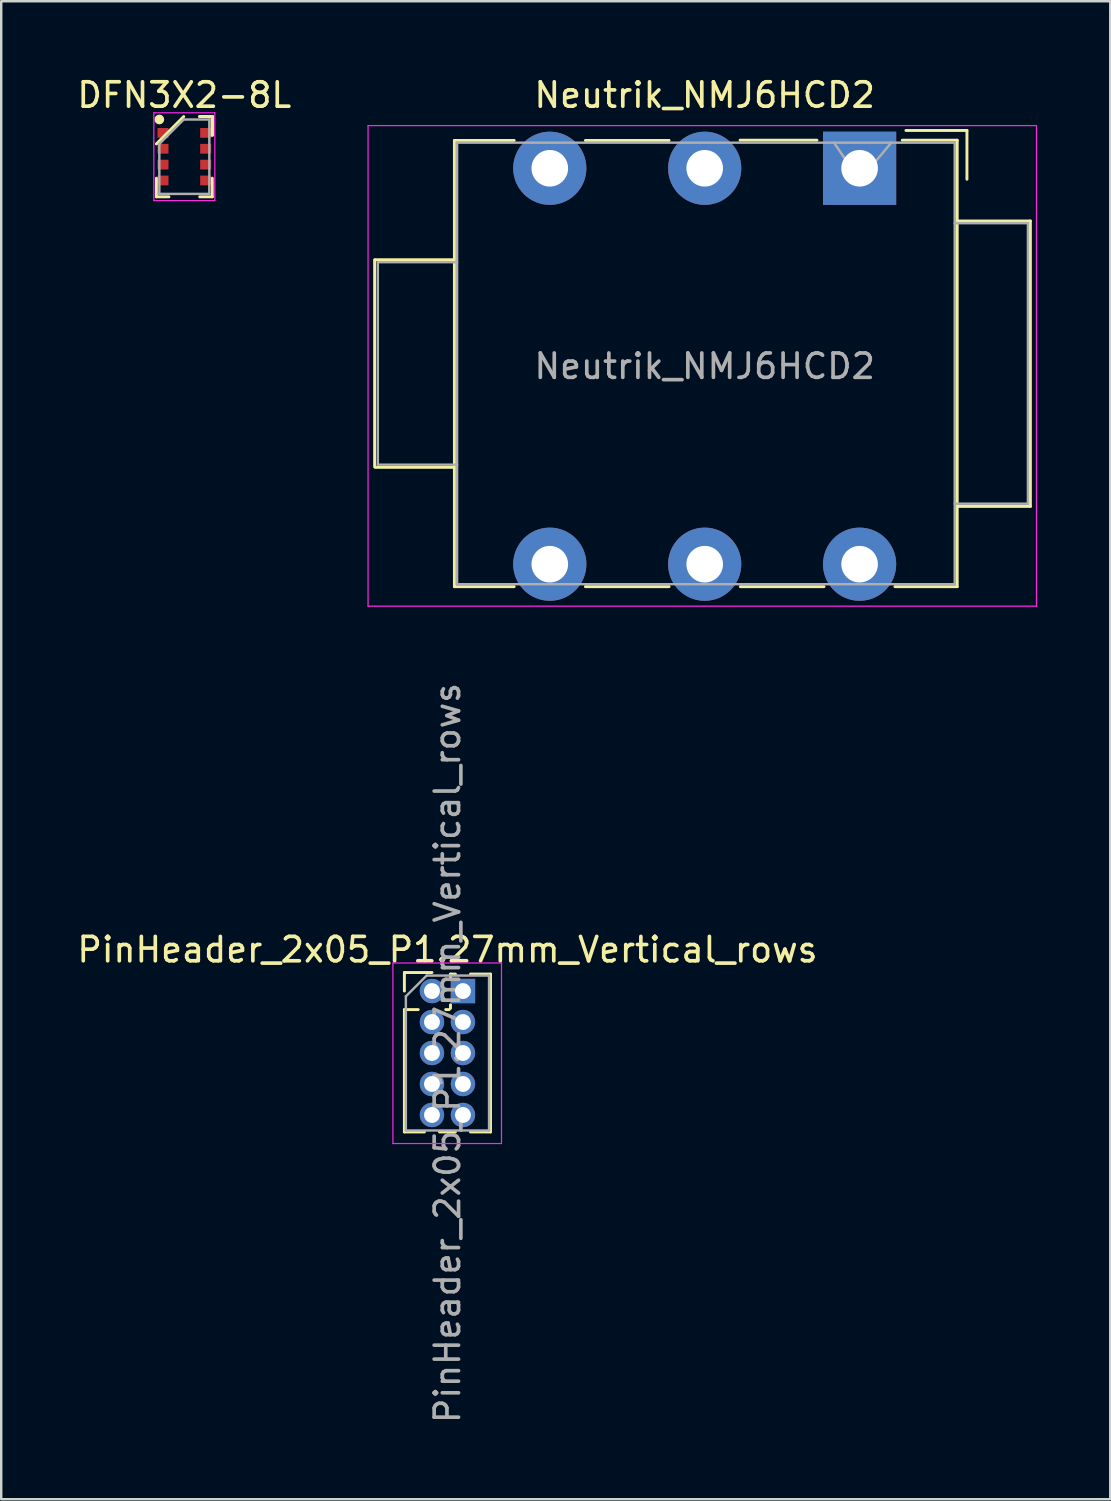
<source format=kicad_pcb>
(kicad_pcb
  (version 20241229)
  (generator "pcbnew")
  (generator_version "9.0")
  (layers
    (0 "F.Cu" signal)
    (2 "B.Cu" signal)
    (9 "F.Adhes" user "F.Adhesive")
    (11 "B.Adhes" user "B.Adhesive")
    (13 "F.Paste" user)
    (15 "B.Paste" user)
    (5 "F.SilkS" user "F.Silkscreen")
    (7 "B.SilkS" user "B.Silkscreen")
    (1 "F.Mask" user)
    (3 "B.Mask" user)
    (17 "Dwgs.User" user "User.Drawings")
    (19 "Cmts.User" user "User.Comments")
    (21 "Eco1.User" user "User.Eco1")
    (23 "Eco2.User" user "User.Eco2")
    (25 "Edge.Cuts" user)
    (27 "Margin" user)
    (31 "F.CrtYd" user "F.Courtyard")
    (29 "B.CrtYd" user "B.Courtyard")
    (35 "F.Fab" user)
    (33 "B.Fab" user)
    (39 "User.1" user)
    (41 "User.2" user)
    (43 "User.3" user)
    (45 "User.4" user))
  (footprint "PinHeader_2x05_P1.27mm_Vertical_rows"
    (layer "F.Cu")
    (at 14.657 37.575)
    (property "Reference" "PinHeader_2x05_P1.27mm_Vertical_rows" (at 0.635 -1.695 0) (layer "F.SilkS") (effects (font (size 1 1) (thickness 0.15))))
    (attr through_hole)
    (fp_line (start -1.13 -0.76) (end 0 -0.76) (stroke (width 0.12) (type solid)) (layer "F.SilkS"))
    (fp_line (start -1.13 0) (end -1.13 -0.76) (stroke (width 0.12) (type solid)) (layer "F.SilkS"))
    (fp_line (start -1.13 0.76) (end -1.13 5.775) (stroke (width 0.12) (type solid)) (layer "F.SilkS"))
    (fp_line (start -1.13 0.76) (end -0.563 0.76) (stroke (width 0.12) (type solid)) (layer "F.SilkS"))
    (fp_line (start -1.13 5.775) (end -0.308 5.775) (stroke (width 0.12) (type solid)) (layer "F.SilkS"))
    (fp_line (start 0.308 5.775) (end 0.962 5.775) (stroke (width 0.12) (type solid)) (layer "F.SilkS"))
    (fp_line (start 0.563 0.76) (end 0.707 0.76) (stroke (width 0.12) (type solid)) (layer "F.SilkS"))
    (fp_line (start 0.76 -0.695) (end 0.962 -0.695) (stroke (width 0.12) (type solid)) (layer "F.SilkS"))
    (fp_line (start 0.76 -0.563) (end 0.76 -0.695) (stroke (width 0.12) (type solid)) (layer "F.SilkS"))
    (fp_line (start 0.76 0.707) (end 0.76 0.563) (stroke (width 0.12) (type solid)) (layer "F.SilkS"))
    (fp_line (start 1.578 -0.695) (end 2.4 -0.695) (stroke (width 0.12) (type solid)) (layer "F.SilkS"))
    (fp_line (start 1.578 5.775) (end 2.4 5.775) (stroke (width 0.12) (type solid)) (layer "F.SilkS"))
    (fp_line (start 2.4 -0.695) (end 2.4 5.775) (stroke (width 0.12) (type solid)) (layer "F.SilkS"))
    (fp_line (start -1.6 -1.15) (end -1.6 6.25) (stroke (width 0.05) (type solid)) (layer "F.CrtYd"))
    (fp_line (start -1.6 6.25) (end 2.85 6.25) (stroke (width 0.05) (type solid)) (layer "F.CrtYd"))
    (fp_line (start 2.85 -1.15) (end -1.6 -1.15) (stroke (width 0.05) (type solid)) (layer "F.CrtYd"))
    (fp_line (start 2.85 6.25) (end 2.85 -1.15) (stroke (width 0.05) (type solid)) (layer "F.CrtYd"))
    (fp_line (start -1.07 0.217) (end -0.217 -0.635) (stroke (width 0.1) (type solid)) (layer "F.Fab"))
    (fp_line (start -1.07 5.715) (end -1.07 0.217) (stroke (width 0.1) (type solid)) (layer "F.Fab"))
    (fp_line (start -0.217 -0.635) (end 2.34 -0.635) (stroke (width 0.1) (type solid)) (layer "F.Fab"))
    (fp_line (start 2.34 -0.635) (end 2.34 5.715) (stroke (width 0.1) (type solid)) (layer "F.Fab"))
    (fp_line (start 2.34 5.715) (end -1.07 5.715) (stroke (width 0.1) (type solid)) (layer "F.Fab"))
    (fp_text user "${REFERENCE}" (at 0.635 2.54 90) (layer "F.Fab") (effects (font (size 1 1) (thickness 0.15))))
    (pad "1" thru_hole rect (at 1.27 0) (size 1 1) (drill 0.65) (layers "*.Cu" "*.Mask"))
    (pad "2" thru_hole oval (at 1.27 1.27) (size 1 1) (drill 0.65) (layers "*.Cu" "*.Mask"))
    (pad "3" thru_hole oval (at 1.27 2.54) (size 1 1) (drill 0.65) (layers "*.Cu" "*.Mask"))
    (pad "4" thru_hole oval (at 1.27 3.81) (size 1 1) (drill 0.65) (layers "*.Cu" "*.Mask"))
    (pad "5" thru_hole oval (at 1.27 5.08) (size 1 1) (drill 0.65) (layers "*.Cu" "*.Mask"))
    (pad "6" thru_hole circle (at 0 0) (size 1 1) (drill 0.65) (layers "*.Cu" "*.Mask"))
    (pad "7" thru_hole oval (at 0 1.27) (size 1 1) (drill 0.65) (layers "*.Cu" "*.Mask"))
    (pad "8" thru_hole oval (at 0 2.54) (size 1 1) (drill 0.65) (layers "*.Cu" "*.Mask"))
    (pad "9" thru_hole oval (at 0 3.81) (size 1 1) (drill 0.65) (layers "*.Cu" "*.Mask"))
    (pad "10" thru_hole oval (at 0 5.08) (size 1 1) (drill 0.65) (layers "*.Cu" "*.Mask")))
  (footprint "DFN3X2-8L"
    (layer "F.Cu")
    (at 4.506 3.373)
    (property "Reference" "DFN3X2-8L" (at 0 -2.525 0) (layer "F.SilkS") (effects (font (size 1 1) (thickness 0.15))))
    (attr smd)
    (fp_line (start -1.145 1.645) (end -1.145 0.882) (stroke (width 0.12) (type solid)) (layer "F.SilkS"))
    (fp_line (start -0.632 1.645) (end -1.145 1.645) (stroke (width 0.12) (type solid)) (layer "F.SilkS"))
    (fp_line (start -0.025 -1.645) (end -1.145 -0.525) (stroke (width 0.12) (type solid)) (layer "F.SilkS"))
    (fp_line (start 0.632 -1.645) (end 1.145 -1.645) (stroke (width 0.12) (type solid)) (layer "F.SilkS"))
    (fp_line (start 0.632 -1.645) (end 1.145 -1.645) (stroke (width 0.12) (type solid)) (layer "F.SilkS"))
    (fp_line (start 0.632 -1.645) (end 1.145 -1.645) (stroke (width 0.12) (type solid)) (layer "F.SilkS"))
    (fp_line (start 0.632 1.645) (end 1.145 1.645) (stroke (width 0.12) (type solid)) (layer "F.SilkS"))
    (fp_line (start 1.145 -1.645) (end 1.145 -0.882) (stroke (width 0.12) (type solid)) (layer "F.SilkS"))
    (fp_line (start 1.145 -1.645) (end 1.145 -0.882) (stroke (width 0.12) (type solid)) (layer "F.SilkS"))
    (fp_line (start 1.145 -1.645) (end 1.145 -0.882) (stroke (width 0.12) (type solid)) (layer "F.SilkS"))
    (fp_line (start 1.145 1.645) (end 1.145 0.882) (stroke (width 0.12) (type solid)) (layer "F.SilkS"))
    (fp_circle (center -1.025 -1.525) (end -1.025 -1.425) (stroke (width 0.2) (type solid)) (fill no) (layer "F.SilkS"))
    (fp_line (start -1.25 -1.8) (end 1.25 -1.8) (stroke (width 0.05) (type solid)) (layer "F.CrtYd"))
    (fp_line (start -1.25 1.8) (end -1.25 -1.8) (stroke (width 0.05) (type solid)) (layer "F.CrtYd"))
    (fp_line (start 1.25 -1.8) (end 1.25 1.8) (stroke (width 0.05) (type solid)) (layer "F.CrtYd"))
    (fp_line (start 1.25 1.8) (end -1.25 1.8) (stroke (width 0.05) (type solid)) (layer "F.CrtYd"))
    (fp_line (start -1.025 -0.525) (end -1.025 1.525) (stroke (width 0.1) (type solid)) (layer "F.Fab"))
    (fp_line (start -1.025 1.525) (end 1.025 1.525) (stroke (width 0.1) (type solid)) (layer "F.Fab"))
    (fp_line (start -0.025 -1.525) (end -1.025 -0.525) (stroke (width 0.1) (type solid)) (layer "F.Fab"))
    (fp_line (start 1.025 -1.525) (end -0.025 -1.525) (stroke (width 0.1) (type solid)) (layer "F.Fab"))
    (fp_line (start 1.025 1.525) (end 1.025 -1.525) (stroke (width 0.1) (type solid)) (layer "F.Fab"))
    (pad "1" smd rect (at -0.875 -0.975) (size 0.45 0.4) (layers "F.Cu" "F.Mask" "F.Paste"))
    (pad "2" smd rect (at -0.875 -0.325) (size 0.45 0.4) (layers "F.Cu" "F.Mask" "F.Paste"))
    (pad "3" smd rect (at -0.875 0.325) (size 0.45 0.4) (layers "F.Cu" "F.Mask" "F.Paste"))
    (pad "4" smd rect (at -0.875 0.975) (size 0.45 0.4) (layers "F.Cu" "F.Mask" "F.Paste"))
    (pad "5" smd rect (at 0.875 0.975) (size 0.45 0.4) (layers "F.Cu" "F.Mask" "F.Paste"))
    (pad "6" smd rect (at 0.875 0.325) (size 0.45 0.4) (layers "F.Cu" "F.Mask" "F.Paste"))
    (pad "7" smd rect (at 0.875 -0.325) (size 0.45 0.4) (layers "F.Cu" "F.Mask" "F.Paste"))
    (pad "8" smd rect (at 0.875 -0.975) (size 0.45 0.4) (layers "F.Cu" "F.Mask" "F.Paste")))
  (footprint "Neutrik_NMJ6HCD2"
    (layer "F.Cu")
    (at 19.487 3.848)
    (property "Reference" "Neutrik_NMJ6HCD2" (at 6.35 -3 0) (layer "F.SilkS") (effects (font (size 1 1) (thickness 0.15))))
    (attr through_hole)
    (fp_line (start -7.18 3.75) (end -7.18 12.23) (stroke (width 0.12) (type solid)) (layer "F.SilkS"))
    (fp_line (start -3.94 3.75) (end -7.16 3.75) (stroke (width 0.12) (type solid)) (layer "F.SilkS"))
    (fp_line (start -3.94 12.26) (end -7.16 12.26) (stroke (width 0.12) (type solid)) (layer "F.SilkS"))
    (fp_line (start -3.91 -1.14) (end -3.91 17.15) (stroke (width 0.12) (type solid)) (layer "F.SilkS"))
    (fp_line (start -3.91 -1.14) (end -1.46 -1.14) (stroke (width 0.12) (type solid)) (layer "F.SilkS"))
    (fp_line (start -3.91 17.15) (end -1.46 17.15) (stroke (width 0.12) (type solid)) (layer "F.SilkS"))
    (fp_line (start 1.46 -1.14) (end 4.89 -1.14) (stroke (width 0.12) (type solid)) (layer "F.SilkS"))
    (fp_line (start 4.89 17.15) (end 1.46 17.15) (stroke (width 0.12) (type solid)) (layer "F.SilkS"))
    (fp_line (start 7.8 -1.15) (end 10.95 -1.15) (stroke (width 0.12) (type solid)) (layer "F.SilkS"))
    (fp_line (start 11.24 17.15) (end 7.81 17.15) (stroke (width 0.12) (type solid)) (layer "F.SilkS"))
    (fp_line (start 14.45 -1.15) (end 16.7 -1.15) (stroke (width 0.12) (type solid)) (layer "F.SilkS"))
    (fp_line (start 16.7 -1.15) (end 16.7 17.15) (stroke (width 0.12) (type solid)) (layer "F.SilkS"))
    (fp_line (start 16.7 17.15) (end 14.15 17.15) (stroke (width 0.12) (type solid)) (layer "F.SilkS"))
    (fp_line (start 17.1 -1.55) (end 14.6 -1.55) (stroke (width 0.12) (type solid)) (layer "F.SilkS"))
    (fp_line (start 17.1 0.45) (end 17.1 -1.55) (stroke (width 0.12) (type solid)) (layer "F.SilkS"))
    (fp_line (start 19.7 2.16) (end 16.7 2.16) (stroke (width 0.12) (type solid)) (layer "F.SilkS"))
    (fp_line (start 19.7 2.16) (end 19.7 13.86) (stroke (width 0.12) (type solid)) (layer "F.SilkS"))
    (fp_line (start 19.7 13.86) (end 16.7 13.86) (stroke (width 0.12) (type solid)) (layer "F.SilkS"))
    (fp_line (start -7.45 -1.75) (end -7.45 17.95) (stroke (width 0.05) (type solid)) (layer "F.CrtYd"))
    (fp_line (start -7.45 17.95) (end 19.95 17.95) (stroke (width 0.05) (type solid)) (layer "F.CrtYd"))
    (fp_line (start 19.95 -1.75) (end -7.45 -1.75) (stroke (width 0.05) (type solid)) (layer "F.CrtYd"))
    (fp_line (start 19.95 -1.75) (end 19.95 17.95) (stroke (width 0.05) (type solid)) (layer "F.CrtYd"))
    (fp_line (start -7.05 3.85) (end -7.05 12.15) (stroke (width 0.1) (type solid)) (layer "F.Fab"))
    (fp_line (start -7.05 12.15) (end -3.8 12.15) (stroke (width 0.1) (type solid)) (layer "F.Fab"))
    (fp_line (start -3.8 -1.05) (end 16.6 -1.05) (stroke (width 0.1) (type solid)) (layer "F.Fab"))
    (fp_line (start -3.8 3.85) (end -7.05 3.85) (stroke (width 0.1) (type solid)) (layer "F.Fab"))
    (fp_line (start -3.8 17.05) (end -3.8 -1.05) (stroke (width 0.1) (type solid)) (layer "F.Fab"))
    (fp_line (start 12.7 0.5) (end 11.65 -1.05) (stroke (width 0.1) (type solid)) (layer "F.Fab"))
    (fp_line (start 14 -1.05) (end 12.7 0.5) (stroke (width 0.1) (type solid)) (layer "F.Fab"))
    (fp_line (start 16.6 -1.05) (end 16.6 17.05) (stroke (width 0.1) (type solid)) (layer "F.Fab"))
    (fp_line (start 16.6 2.25) (end 19.6 2.25) (stroke (width 0.1) (type solid)) (layer "F.Fab"))
    (fp_line (start 16.6 17.05) (end -3.8 17.05) (stroke (width 0.1) (type solid)) (layer "F.Fab"))
    (fp_line (start 19.6 2.25) (end 19.6 13.75) (stroke (width 0.1) (type solid)) (layer "F.Fab"))
    (fp_line (start 19.6 13.75) (end 16.6 13.75) (stroke (width 0.1) (type solid)) (layer "F.Fab"))
    (fp_text user "${REFERENCE}" (at 6.35 8.115 0) (layer "F.Fab") (effects (font (size 1 1) (thickness 0.15))))
    (pad "R" thru_hole circle (at 6.35 0) (size 3 3) (drill 1.5) (layers "*.Cu" "*.Mask"))
    (pad "RN" thru_hole circle (at 6.35 16.23) (size 3 3) (drill 1.5) (layers "*.Cu" "*.Mask"))
    (pad "S" thru_hole rect (at 12.7 0) (size 3 3) (drill 1.5) (layers "*.Cu" "*.Mask"))
    (pad "SN" thru_hole circle (at 12.7 16.23) (size 3 3) (drill 1.5) (layers "*.Cu" "*.Mask"))
    (pad "T" thru_hole circle (at 0 0) (size 3 3) (drill 1.5) (layers "*.Cu" "*.Mask"))
    (pad "TN" thru_hole circle (at 0 16.23) (size 3 3) (drill 1.5) (layers "*.Cu" "*.Mask")))
  (gr_rect
    (start -3 -3)
    (end 42.462 58.407)
    (stroke (width 0.1) (type default))
    (fill no)
    (layer "Edge.Cuts")))
</source>
